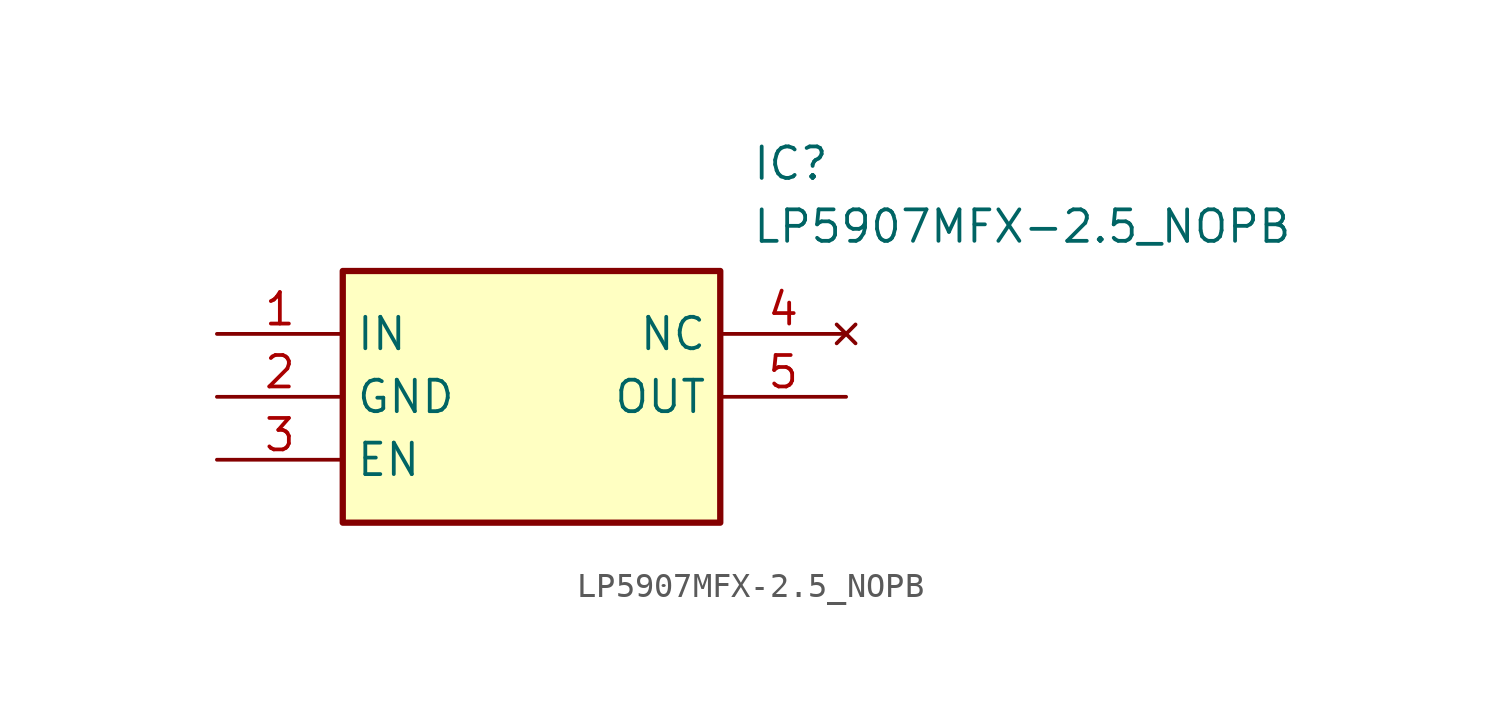
<source format=kicad_sym>
(kicad_symbol_lib
  (version 20211014)
  (generator SamacSys_ECAD_Model)
  (symbol "LP5907MFX-2.5_NOPB"
    (property "Reference" "IC"
      (at 21.59 7.62 0)
      (effects (font (size 1.27 1.27)) (justify left top)))
    (property "Value" "LP5907MFX-2.5_NOPB"
      (at 21.59 5.08 0)
      (effects (font (size 1.27 1.27)) (justify left top)))
    (rectangle
      (start 5.08 2.54)
      (end 20.32 -7.62)
      (stroke (width 0.254) (type default))
      (fill (type background)))
    (pin passive line
      (at 0 0 0)
      (length 5.08)
      (name "IN" (effects (font (size 1.27 1.27))))
      (number "1" (effects (font (size 1.27 1.27)))))
    (pin passive line
      (at 0 -2.54 0)
      (length 5.08)
      (name "GND" (effects (font (size 1.27 1.27))))
      (number "2" (effects (font (size 1.27 1.27)))))
    (pin passive line
      (at 0 -5.08 0)
      (length 5.08)
      (name "EN" (effects (font (size 1.27 1.27))))
      (number "3" (effects (font (size 1.27 1.27)))))
    (pin no_connect line
      (at 25.4 0 180)
      (length 5.08)
      (name "NC" (effects (font (size 1.27 1.27))))
      (number "4" (effects (font (size 1.27 1.27)))))
    (pin passive line
      (at 25.4 -2.54 180)
      (length 5.08)
      (name "OUT" (effects (font (size 1.27 1.27))))
      (number "5" (effects (font (size 1.27 1.27)))))))
</source>
